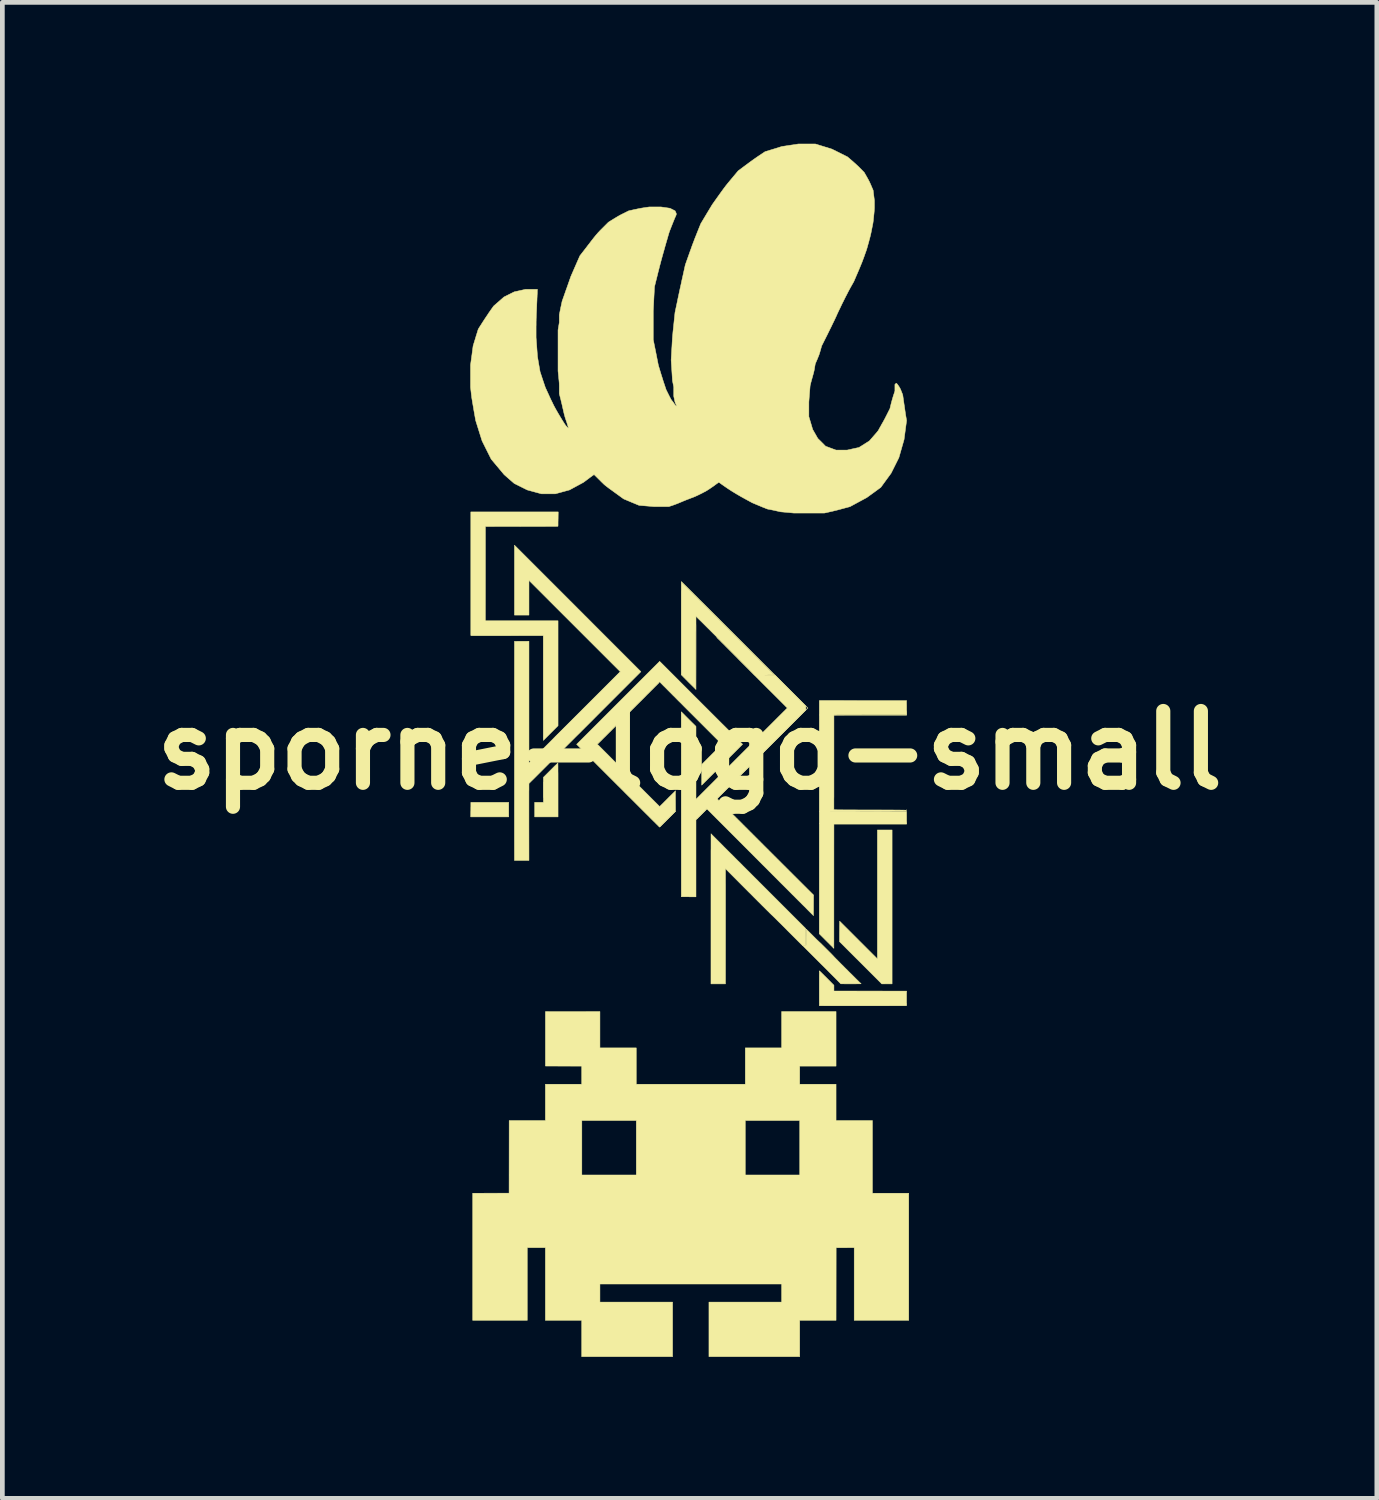
<source format=kicad_pcb>
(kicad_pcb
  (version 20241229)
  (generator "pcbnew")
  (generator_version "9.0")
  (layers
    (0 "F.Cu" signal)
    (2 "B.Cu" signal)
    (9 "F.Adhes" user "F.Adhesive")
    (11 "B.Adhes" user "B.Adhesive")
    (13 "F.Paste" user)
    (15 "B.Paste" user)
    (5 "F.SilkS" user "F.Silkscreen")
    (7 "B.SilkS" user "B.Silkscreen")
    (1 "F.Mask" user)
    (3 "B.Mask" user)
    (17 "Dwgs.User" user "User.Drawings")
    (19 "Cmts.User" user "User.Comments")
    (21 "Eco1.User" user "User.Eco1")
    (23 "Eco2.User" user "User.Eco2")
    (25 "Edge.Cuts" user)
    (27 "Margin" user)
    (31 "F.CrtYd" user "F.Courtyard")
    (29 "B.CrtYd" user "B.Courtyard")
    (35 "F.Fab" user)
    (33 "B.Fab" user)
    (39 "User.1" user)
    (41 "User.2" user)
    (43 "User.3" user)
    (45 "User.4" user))
  (footprint "sporne-logo-small"
    (layer "F.Cu")
    (at 11.582 12.871)
    (property "Reference" "sporne-logo-small" (at 0 0 0) (layer "F.SilkS") (effects (font (size 1.524 1.524) (thickness 0.3))))
    (attr through_hole)
    (fp_poly (pts (xy 0.587 1.027) (xy 0.585 1.028) (xy 0.584 1.027) (xy 0.585 1.025) (xy 0.587 1.027)) (stroke (width 0.01) (type solid)) (fill yes) (layer "F.SilkS"))
    (fp_poly (pts (xy 4.607 1.26) (xy 4.608 1.266) (xy 4.607 1.268) (xy 4.606 1.268) (xy 4.606 1.264) (xy 4.606 1.26) (xy 4.607 1.26)) (stroke (width 0.01) (type solid)) (fill yes) (layer "F.SilkS"))
    (fp_poly (pts (xy -3.837 1.412) (xy -4.645 1.412) (xy -4.643 1.296) (xy -4.642 1.269) (xy -4.642 1.241) (xy -4.642 1.215) (xy -4.641 1.191) (xy -4.641 1.17) (xy -4.641 1.153) (xy -4.641 1.142) (xy -4.641 1.104) (xy -3.837 1.104) (xy -3.837 1.412)) (stroke (width 0.01) (type solid)) (fill yes) (layer "F.SilkS"))
    (fp_poly (pts (xy 0.364 1.248) (xy 0.358 1.254) (xy 0.349 1.263) (xy 0.337 1.276) (xy 0.322 1.291) (xy 0.304 1.309) (xy 0.285 1.328) (xy 0.264 1.349) (xy 0.252 1.361) (xy 0.231 1.382) (xy 0.21 1.403) (xy 0.191 1.421) (xy 0.175 1.438) (xy 0.161 1.452) (xy 0.149 1.463) (xy 0.141 1.471) (xy 0.137 1.475) (xy 0.136 1.476) (xy 0.138 1.474) (xy 0.144 1.468) (xy 0.153 1.458) (xy 0.165 1.446) (xy 0.18 1.43) (xy 0.198 1.413) (xy 0.217 1.393) (xy 0.238 1.372) (xy 0.249 1.361) (xy 0.271 1.339) (xy 0.292 1.319) (xy 0.31 1.3) (xy 0.327 1.283) (xy 0.341 1.269) (xy 0.353 1.258) (xy 0.361 1.25) (xy 0.365 1.246) (xy 0.366 1.246) (xy 0.364 1.248)) (stroke (width 0.01) (type solid)) (fill yes) (layer "F.SilkS"))
    (fp_poly (pts (xy -1.902 6.314) (xy -1.131 6.314) (xy -1.131 7.085) (xy 1.182 7.085) (xy 1.182 6.314) (xy 1.953 6.314) (xy 1.953 5.543) (xy 3.108 5.543) (xy 3.108 6.701) (xy 2.337 6.701) (xy 2.337 7.085) (xy 3.108 7.085) (xy 3.108 7.856) (xy 3.88 7.856) (xy 3.88 9.398) (xy 4.651 9.398) (xy 4.651 12.095) (xy 3.493 12.095) (xy 3.493 10.553) (xy 3.301 10.554) (xy 3.11 10.555) (xy 3.109 11.325) (xy 3.108 12.095) (xy 2.337 12.095) (xy 2.337 12.866) (xy 0.411 12.866) (xy 0.411 11.708) (xy 1.953 11.708) (xy 1.953 11.324) (xy -1.902 11.324) (xy -1.902 11.708) (xy -0.36 11.708) (xy -0.36 12.866) (xy -2.289 12.866) (xy -2.289 12.095) (xy -3.06 12.095) (xy -3.06 10.553) (xy -3.444 10.553) (xy -3.444 12.095) (xy -4.602 12.095) (xy -4.602 9.398) (xy -4.216 9.397) (xy -3.83 9.396) (xy -3.829 8.626) (xy -3.828 7.856) (xy -3.06 7.856) (xy -2.286 7.856) (xy -2.286 9.011) (xy -1.131 9.011) (xy -1.131 7.856) (xy 1.182 7.856) (xy 1.182 9.011) (xy 2.337 9.011) (xy 2.337 7.856) (xy 1.182 7.856) (xy -1.131 7.856) (xy -2.286 7.856) (xy -3.06 7.856) (xy -3.06 7.085) (xy -2.289 7.085) (xy -2.289 6.701) (xy -2.674 6.7) (xy -3.059 6.699) (xy -3.059 5.544) (xy -1.902 5.543) (xy -1.902 6.314)) (stroke (width 0.01) (type solid)) (fill yes) (layer "F.SilkS"))
    (fp_poly (pts (xy -2.794 0.267) (xy -2.793 0.275) (xy -2.793 0.289) (xy -2.793 0.308) (xy -2.792 0.334) (xy -2.792 0.364) (xy -2.792 0.401) (xy -2.792 0.444) (xy -2.791 0.492) (xy -2.791 0.546) (xy -2.791 0.606) (xy -2.791 0.672) (xy -2.791 0.744) (xy -2.791 0.822) (xy -2.791 0.837) (xy -2.791 1.412) (xy -3.287 1.412) (xy -3.287 1.104) (xy -3.102 1.104) (xy -3.102 0.838) (xy -3.098 0.838) (xy -3.098 0.874) (xy -3.098 0.906) (xy -3.098 0.934) (xy -3.098 0.957) (xy -3.098 0.976) (xy -3.098 0.99) (xy -3.098 0.999) (xy -3.098 1.003) (xy -3.097 1.001) (xy -3.097 0.994) (xy -3.097 0.981) (xy -3.097 0.971) (xy -3.097 0.936) (xy -3.097 0.897) (xy -3.097 0.855) (xy -3.097 0.812) (xy -3.097 0.771) (xy -3.097 0.732) (xy -3.097 0.704) (xy -3.097 0.688) (xy -3.097 0.677) (xy -3.097 0.673) (xy -3.098 0.674) (xy -3.098 0.68) (xy -3.098 0.691) (xy -3.098 0.707) (xy -3.098 0.728) (xy -3.098 0.754) (xy -3.098 0.784) (xy -3.098 0.818) (xy -3.098 0.838) (xy -3.102 0.838) (xy -3.102 0.573) (xy -2.95 0.421) (xy -2.925 0.396) (xy -2.901 0.372) (xy -2.879 0.35) (xy -2.859 0.33) (xy -2.84 0.313) (xy -2.825 0.298) (xy -2.812 0.286) (xy -2.803 0.277) (xy -2.797 0.272) (xy -2.796 0.271) (xy -2.794 0.272) (xy -2.795 0.27) (xy -2.795 0.266) (xy -2.794 0.265) (xy -2.794 0.267)) (stroke (width 0.01) (type solid)) (fill yes) (layer "F.SilkS"))
    (fp_poly (pts (xy -1.515 0.748) (xy -1.454 0.809) (xy -1.394 0.869) (xy -1.335 0.927) (xy -1.278 0.985) (xy -1.222 1.041) (xy -1.168 1.095) (xy -1.115 1.147) (xy -1.065 1.198) (xy -1.016 1.246) (xy -0.97 1.292) (xy -0.926 1.336) (xy -0.885 1.378) (xy -0.846 1.416) (xy -0.81 1.452) (xy -0.777 1.485) (xy -0.748 1.515) (xy -0.721 1.542) (xy -0.697 1.565) (xy -0.678 1.585) (xy -0.661 1.601) (xy -0.649 1.613) (xy -0.64 1.622) (xy -0.636 1.626) (xy -0.635 1.627) (xy -0.633 1.625) (xy -0.626 1.619) (xy -0.617 1.609) (xy -0.603 1.596) (xy -0.587 1.58) (xy -0.569 1.561) (xy -0.547 1.54) (xy -0.524 1.517) (xy -0.5 1.492) (xy -0.474 1.466) (xy -0.466 1.458) (xy -0.298 1.29) (xy -0.298 1.294) (xy -0.466 1.462) (xy -0.492 1.488) (xy -0.517 1.514) (xy -0.541 1.537) (xy -0.563 1.559) (xy -0.582 1.578) (xy -0.599 1.595) (xy -0.613 1.609) (xy -0.624 1.619) (xy -0.631 1.626) (xy -0.635 1.63) (xy -0.635 1.63) (xy -0.637 1.628) (xy -0.644 1.621) (xy -0.654 1.611) (xy -0.668 1.597) (xy -0.686 1.579) (xy -0.708 1.558) (xy -0.732 1.533) (xy -0.761 1.505) (xy -0.792 1.474) (xy -0.826 1.44) (xy -0.863 1.402) (xy -0.903 1.363) (xy -0.946 1.32) (xy -0.991 1.275) (xy -1.038 1.228) (xy -1.087 1.179) (xy -1.139 1.127) (xy -1.192 1.074) (xy -1.247 1.019) (xy -1.304 0.963) (xy -1.362 0.905) (xy -1.421 0.845) (xy -1.481 0.785) (xy -1.516 0.751) (xy -2.395 -0.129) (xy -2.393 -0.131) (xy -1.515 0.748)) (stroke (width 0.01) (type solid)) (fill yes) (layer "F.SilkS"))
    (fp_poly (pts (xy -0.64 -1.446) (xy -0.646 -1.44) (xy -0.656 -1.43) (xy -0.67 -1.416) (xy -0.687 -1.398) (xy -0.708 -1.377) (xy -0.733 -1.353) (xy -0.76 -1.326) (xy -0.79 -1.295) (xy -0.824 -1.262) (xy -0.859 -1.226) (xy -0.898 -1.188) (xy -0.938 -1.147) (xy -0.981 -1.104) (xy -1.026 -1.059) (xy -1.073 -1.012) (xy -1.121 -0.964) (xy -1.171 -0.914) (xy -1.222 -0.863) (xy -1.274 -0.811) (xy -1.296 -0.789) (xy -1.349 -0.736) (xy -1.4 -0.685) (xy -1.451 -0.634) (xy -1.5 -0.585) (xy -1.547 -0.538) (xy -1.593 -0.492) (xy -1.637 -0.449) (xy -1.678 -0.407) (xy -1.718 -0.368) (xy -1.755 -0.331) (xy -1.789 -0.296) (xy -1.821 -0.265) (xy -1.85 -0.236) (xy -1.875 -0.21) (xy -1.898 -0.188) (xy -1.917 -0.169) (xy -1.932 -0.154) (xy -1.944 -0.142) (xy -1.952 -0.134) (xy -1.956 -0.13) (xy -1.956 -0.13) (xy -1.954 -0.132) (xy -1.948 -0.138) (xy -1.938 -0.149) (xy -1.924 -0.162) (xy -1.907 -0.18) (xy -1.886 -0.201) (xy -1.862 -0.225) (xy -1.834 -0.253) (xy -1.804 -0.283) (xy -1.771 -0.317) (xy -1.735 -0.353) (xy -1.697 -0.391) (xy -1.656 -0.432) (xy -1.613 -0.474) (xy -1.568 -0.519) (xy -1.522 -0.566) (xy -1.474 -0.614) (xy -1.424 -0.664) (xy -1.373 -0.715) (xy -1.32 -0.768) (xy -1.299 -0.789) (xy -1.246 -0.842) (xy -1.194 -0.894) (xy -1.144 -0.944) (xy -1.095 -0.993) (xy -1.047 -1.041) (xy -1.002 -1.086) (xy -0.958 -1.13) (xy -0.916 -1.171) (xy -0.877 -1.211) (xy -0.84 -1.248) (xy -0.805 -1.282) (xy -0.774 -1.314) (xy -0.745 -1.342) (xy -0.719 -1.368) (xy -0.697 -1.39) (xy -0.678 -1.409) (xy -0.662 -1.425) (xy -0.65 -1.436) (xy -0.642 -1.444) (xy -0.638 -1.448) (xy -0.638 -1.448) (xy -0.64 -1.446)) (stroke (width 0.01) (type solid)) (fill yes) (layer "F.SilkS"))
    (fp_poly (pts (xy 4.297 4.956) (xy 4.078 4.956) (xy 4.073 4.951) (xy 4.117 4.951) (xy 4.119 4.951) (xy 4.126 4.951) (xy 4.138 4.952) (xy 4.154 4.952) (xy 4.175 4.952) (xy 4.185 4.952) (xy 4.208 4.952) (xy 4.226 4.952) (xy 4.24 4.951) (xy 4.249 4.951) (xy 4.253 4.951) (xy 4.252 4.951) (xy 4.245 4.951) (xy 4.24 4.951) (xy 4.217 4.95) (xy 4.19 4.95) (xy 4.163 4.95) (xy 4.138 4.951) (xy 4.13 4.951) (xy 4.12 4.951) (xy 4.117 4.951) (xy 4.073 4.951) (xy 3.184 4.062) (xy 3.184 3.63) (xy 3.187 3.63) (xy 3.189 4.066) (xy 3.189 3.853) (xy 3.19 3.818) (xy 3.19 3.784) (xy 3.19 3.753) (xy 3.19 3.725) (xy 3.191 3.7) (xy 3.191 3.679) (xy 3.191 3.662) (xy 3.192 3.649) (xy 3.192 3.642) (xy 3.192 3.641) (xy 3.195 3.643) (xy 3.201 3.649) (xy 3.211 3.659) (xy 3.225 3.673) (xy 3.243 3.69) (xy 3.263 3.71) (xy 3.286 3.733) (xy 3.313 3.759) (xy 3.342 3.788) (xy 3.373 3.819) (xy 3.406 3.852) (xy 3.441 3.887) (xy 3.478 3.924) (xy 3.516 3.962) (xy 3.556 4.002) (xy 3.579 4.025) (xy 3.619 4.065) (xy 3.658 4.104) (xy 3.696 4.142) (xy 3.732 4.178) (xy 3.766 4.212) (xy 3.798 4.244) (xy 3.828 4.274) (xy 3.856 4.302) (xy 3.881 4.327) (xy 3.903 4.349) (xy 3.922 4.367) (xy 3.938 4.383) (xy 3.95 4.395) (xy 3.958 4.404) (xy 3.963 4.408) (xy 3.963 4.409) (xy 3.964 4.408) (xy 3.962 4.406) (xy 3.956 4.4) (xy 3.946 4.389) (xy 3.932 4.376) (xy 3.915 4.359) (xy 3.895 4.338) (xy 3.872 4.315) (xy 3.845 4.289) (xy 3.817 4.26) (xy 3.786 4.229) (xy 3.753 4.196) (xy 3.717 4.16) (xy 3.681 4.124) (xy 3.642 4.085) (xy 3.603 4.045) (xy 3.576 4.019) (xy 3.187 3.63) (xy 3.184 3.63) (xy 3.184 3.624) (xy 3.585 4.025) (xy 3.985 4.425) (xy 3.985 1.69) (xy 4.297 1.69) (xy 4.297 4.956)) (stroke (width 0.01) (type solid)) (fill yes) (layer "F.SilkS"))
    (fp_poly (pts (xy -2.789 -4.952) (xy -2.789 -4.925) (xy -2.79 -4.897) (xy -2.79 -4.87) (xy -2.791 -4.845) (xy -2.791 -4.823) (xy -2.791 -4.805) (xy -2.791 -4.797) (xy -2.791 -4.777) (xy -2.792 -4.763) (xy -2.793 -4.755) (xy -2.794 -4.753) (xy -2.794 -4.753) (xy -2.796 -4.756) (xy -2.797 -4.754) (xy -2.798 -4.754) (xy -2.801 -4.753) (xy -2.807 -4.753) (xy -2.816 -4.753) (xy -2.827 -4.752) (xy -2.841 -4.752) (xy -2.859 -4.752) (xy -2.88 -4.752) (xy -2.904 -4.751) (xy -2.932 -4.751) (xy -2.965 -4.751) (xy -3.001 -4.751) (xy -3.042 -4.751) (xy -3.087 -4.75) (xy -3.137 -4.75) (xy -3.191 -4.75) (xy -3.251 -4.75) (xy -3.316 -4.75) (xy -3.387 -4.75) (xy -3.463 -4.75) (xy -3.545 -4.75) (xy -3.564 -4.75) (xy -4.332 -4.749) (xy -4.332 -3.749) (xy -4.333 -2.749) (xy -2.791 -2.749) (xy -2.791 -0.522) (xy -2.947 -0.366) (xy -3.102 -0.21) (xy -3.102 -2.437) (xy -4.642 -2.437) (xy -4.642 -2.442) (xy -4.64 -2.442) (xy -3.87 -2.441) (xy -3.099 -2.44) (xy -3.099 -1.329) (xy -3.099 -1.247) (xy -3.099 -1.167) (xy -3.099 -1.089) (xy -3.099 -1.013) (xy -3.099 -0.939) (xy -3.099 -0.867) (xy -3.099 -0.798) (xy -3.099 -0.731) (xy -3.099 -0.668) (xy -3.099 -0.608) (xy -3.099 -0.552) (xy -3.099 -0.499) (xy -3.099 -0.45) (xy -3.099 -0.405) (xy -3.099 -0.364) (xy -3.099 -0.328) (xy -3.098 -0.297) (xy -3.098 -0.27) (xy -3.098 -0.249) (xy -3.098 -0.233) (xy -3.098 -0.223) (xy -3.098 -0.218) (xy -3.098 -0.218) (xy -3.098 -0.221) (xy -3.098 -0.23) (xy -3.098 -0.244) (xy -3.097 -0.264) (xy -3.097 -0.289) (xy -3.097 -0.319) (xy -3.097 -0.354) (xy -3.097 -0.393) (xy -3.097 -0.437) (xy -3.097 -0.485) (xy -3.097 -0.537) (xy -3.097 -0.592) (xy -3.097 -0.651) (xy -3.097 -0.714) (xy -3.097 -0.779) (xy -3.097 -0.848) (xy -3.096 -0.919) (xy -3.096 -0.992) (xy -3.096 -1.068) (xy -3.096 -1.146) (xy -3.096 -1.225) (xy -3.096 -1.307) (xy -3.096 -1.33) (xy -3.096 -2.443) (xy -3.868 -2.442) (xy -4.64 -2.442) (xy -4.642 -2.442) (xy -4.642 -2.744) (xy -2.797 -2.744) (xy -2.796 -2.743) (xy -2.794 -2.744) (xy -2.796 -2.746) (xy -2.797 -2.744) (xy -4.642 -2.744) (xy -4.642 -5.059) (xy -2.787 -5.059) (xy -2.789 -4.952)) (stroke (width 0.01) (type solid)) (fill yes) (layer "F.SilkS"))
    (fp_poly (pts (xy -2.374 -3.011) (xy -1.033 -1.669) (xy -2.219 -0.482) (xy -2.29 -0.411) (xy -2.36 -0.341) (xy -2.429 -0.273) (xy -2.497 -0.205) (xy -2.563 -0.139) (xy -2.627 -0.075) (xy -2.69 -0.012) (xy -2.751 0.049) (xy -2.81 0.108) (xy -2.867 0.165) (xy -2.922 0.22) (xy -2.975 0.272) (xy -3.025 0.322) (xy -3.073 0.37) (xy -3.118 0.415) (xy -3.16 0.457) (xy -3.199 0.496) (xy -3.236 0.533) (xy -3.269 0.566) (xy -3.299 0.596) (xy -3.325 0.622) (xy -3.349 0.645) (xy -3.368 0.664) (xy -3.384 0.68) (xy -3.396 0.692) (xy -3.404 0.699) (xy -3.407 0.703) (xy -3.408 0.703) (xy -3.408 0.706) (xy -3.408 0.715) (xy -3.408 0.729) (xy -3.408 0.749) (xy -3.408 0.773) (xy -3.408 0.803) (xy -3.408 0.837) (xy -3.409 0.875) (xy -3.409 0.917) (xy -3.409 0.964) (xy -3.409 1.014) (xy -3.409 1.067) (xy -3.409 1.123) (xy -3.409 1.182) (xy -3.409 1.244) (xy -3.409 1.308) (xy -3.409 1.374) (xy -3.409 1.442) (xy -3.409 1.512) (xy -3.409 1.52) (xy -3.408 2.337) (xy -3.716 2.337) (xy -3.717 1.842) (xy -3.717 1.81) (xy -3.717 1.772) (xy -3.717 1.728) (xy -3.717 1.678) (xy -3.717 1.624) (xy -3.717 1.565) (xy -3.717 1.501) (xy -3.717 1.432) (xy -3.717 1.36) (xy -3.717 1.283) (xy -3.717 1.203) (xy -3.717 1.119) (xy -3.717 1.032) (xy -3.717 0.942) (xy -3.717 0.849) (xy -3.717 0.753) (xy -3.717 0.655) (xy -3.717 0.555) (xy -3.717 0.453) (xy -3.717 0.349) (xy -3.717 0.244) (xy -3.717 0.137) (xy -3.717 0.03) (xy -3.717 -0.078) (xy -3.717 -0.187) (xy -3.717 -0.296) (xy -3.717 -0.405) (xy -3.717 -0.483) (xy -3.716 -2.313) (xy -3.408 -2.315) (xy -3.408 0.268) (xy -2.861 -0.28) (xy -2.856 -0.28) (xy -2.842 -0.293) (xy -2.834 -0.3) (xy -2.829 -0.305) (xy -2.827 -0.308) (xy -2.828 -0.308) (xy -2.831 -0.306) (xy -2.836 -0.301) (xy -2.843 -0.294) (xy -2.856 -0.28) (xy -2.861 -0.28) (xy -2.439 -0.701) (xy -1.471 -1.669) (xy -2.985 -3.183) (xy -2.98 -3.183) (xy -1.468 -1.669) (xy -2.144 -0.993) (xy -2.82 -0.316) (xy -2.142 -0.993) (xy -1.465 -1.669) (xy -2.223 -2.426) (xy -2.98 -3.183) (xy -2.985 -3.183) (xy -3.408 -3.606) (xy -3.408 -2.87) (xy -3.716 -2.87) (xy -3.716 -4.353) (xy -2.374 -3.011)) (stroke (width 0.01) (type solid)) (fill yes) (layer "F.SilkS"))
    (fp_poly (pts (xy 2.478 3.797) (xy 2.485 3.803) (xy 2.495 3.813) (xy 2.508 3.825) (xy 2.524 3.841) (xy 2.542 3.859) (xy 2.562 3.879) (xy 2.584 3.901) (xy 2.608 3.925) (xy 2.614 3.931) (xy 2.638 3.955) (xy 2.66 3.977) (xy 2.681 3.998) (xy 2.7 4.017) (xy 2.717 4.033) (xy 2.731 4.046) (xy 2.742 4.057) (xy 2.749 4.064) (xy 2.753 4.067) (xy 2.753 4.067) (xy 2.756 4.069) (xy 2.762 4.075) (xy 2.772 4.085) (xy 2.785 4.097) (xy 2.801 4.112) (xy 2.818 4.13) (xy 2.838 4.149) (xy 2.858 4.169) (xy 2.88 4.191) (xy 2.902 4.213) (xy 2.925 4.236) (xy 2.947 4.258) (xy 2.968 4.279) (xy 2.988 4.299) (xy 3.007 4.318) (xy 3.023 4.335) (xy 3.038 4.35) (xy 3.049 4.362) (xy 3.058 4.371) (xy 3.062 4.376) (xy 3.063 4.377) (xy 3.065 4.379) (xy 3.071 4.386) (xy 3.081 4.396) (xy 3.094 4.409) (xy 3.11 4.426) (xy 3.13 4.445) (xy 3.151 4.467) (xy 3.175 4.491) (xy 3.2 4.517) (xy 3.227 4.544) (xy 3.256 4.572) (xy 3.285 4.602) (xy 3.315 4.632) (xy 3.346 4.662) (xy 3.376 4.693) (xy 3.406 4.723) (xy 3.436 4.752) (xy 3.465 4.781) (xy 3.493 4.809) (xy 3.519 4.835) (xy 3.543 4.859) (xy 3.566 4.881) (xy 3.586 4.901) (xy 3.603 4.918) (xy 3.618 4.932) (xy 3.629 4.943) (xy 3.637 4.95) (xy 3.64 4.954) (xy 3.641 4.954) (xy 3.638 4.954) (xy 3.631 4.954) (xy 3.618 4.955) (xy 3.6 4.955) (xy 3.578 4.955) (xy 3.553 4.955) (xy 3.524 4.956) (xy 3.493 4.956) (xy 3.459 4.956) (xy 3.425 4.956) (xy 3.389 4.956) (xy 3.355 4.956) (xy 3.323 4.956) (xy 3.294 4.956) (xy 3.269 4.955) (xy 3.247 4.955) (xy 3.229 4.955) (xy 3.216 4.955) (xy 3.209 4.954) (xy 3.206 4.954) (xy 3.204 4.952) (xy 3.199 4.945) (xy 3.189 4.935) (xy 3.175 4.921) (xy 3.158 4.904) (xy 3.138 4.883) (xy 3.115 4.86) (xy 3.089 4.833) (xy 3.06 4.804) (xy 3.029 4.773) (xy 2.995 4.739) (xy 2.96 4.704) (xy 2.923 4.666) (xy 2.884 4.627) (xy 2.844 4.587) (xy 2.802 4.546) (xy 2.799 4.543) (xy 2.39 4.134) (xy 2.473 4.134) (xy 2.473 3.964) (xy 2.474 3.933) (xy 2.474 3.903) (xy 2.474 3.876) (xy 2.474 3.852) (xy 2.474 3.832) (xy 2.475 3.815) (xy 2.475 3.803) (xy 2.475 3.796) (xy 2.476 3.795) (xy 2.478 3.797)) (stroke (width 0.01) (type solid)) (fill yes) (layer "F.SilkS"))
    (fp_poly (pts (xy 0.245 -1.008) (xy 1.125 -0.129) (xy 0.691 0.305) (xy 0.257 0.739) (xy 0.257 0.301) (xy 0.686 -0.129) (xy 0.025 -0.79) (xy -0.028 -0.843) (xy -0.08 -0.895) (xy -0.13 -0.945) (xy -0.179 -0.995) (xy -0.227 -1.042) (xy -0.273 -1.088) (xy -0.316 -1.132) (xy -0.358 -1.173) (xy -0.397 -1.213) (xy -0.434 -1.25) (xy -0.469 -1.285) (xy -0.5 -1.317) (xy -0.529 -1.346) (xy -0.555 -1.371) (xy -0.577 -1.394) (xy -0.596 -1.413) (xy -0.612 -1.429) (xy -0.623 -1.441) (xy -0.631 -1.449) (xy -0.635 -1.453) (xy -0.635 -1.454) (xy -0.637 -1.452) (xy -0.643 -1.446) (xy -0.653 -1.436) (xy -0.667 -1.422) (xy -0.685 -1.405) (xy -0.706 -1.384) (xy -0.73 -1.36) (xy -0.757 -1.332) (xy -0.788 -1.302) (xy -0.821 -1.269) (xy -0.857 -1.233) (xy -0.895 -1.195) (xy -0.936 -1.154) (xy -0.979 -1.111) (xy -1.023 -1.067) (xy -1.07 -1.02) (xy -1.119 -0.972) (xy -1.168 -0.922) (xy -1.22 -0.871) (xy -1.272 -0.818) (xy -1.297 -0.794) (xy -1.959 -0.132) (xy -1.297 0.531) (xy -0.635 1.193) (xy -0.465 1.024) (xy -0.439 0.997) (xy -0.413 0.972) (xy -0.39 0.949) (xy -0.368 0.927) (xy -0.349 0.908) (xy -0.332 0.892) (xy -0.319 0.878) (xy -0.308 0.868) (xy -0.301 0.861) (xy -0.298 0.858) (xy -0.298 0.858) (xy -0.299 0.862) (xy -0.299 0.871) (xy -0.299 0.887) (xy -0.3 0.908) (xy -0.3 0.934) (xy -0.3 0.966) (xy -0.3 1.003) (xy -0.3 1.045) (xy -0.299 1.078) (xy -0.298 1.29) (xy -0.635 1.625) (xy -1.514 0.747) (xy -2.393 -0.131) (xy -0.638 -1.885) (xy -0.637 -1.885) (xy 0.241 -1.007) (xy 1.119 -0.129) (xy 0.689 0.302) (xy 0.646 0.344) (xy 0.605 0.386) (xy 0.565 0.426) (xy 0.526 0.464) (xy 0.49 0.501) (xy 0.455 0.536) (xy 0.422 0.568) (xy 0.392 0.598) (xy 0.365 0.626) (xy 0.34 0.651) (xy 0.318 0.673) (xy 0.299 0.692) (xy 0.284 0.707) (xy 0.272 0.719) (xy 0.264 0.727) (xy 0.26 0.731) (xy 0.26 0.732) (xy 0.262 0.73) (xy 0.269 0.723) (xy 0.279 0.713) (xy 0.293 0.7) (xy 0.31 0.682) (xy 0.331 0.662) (xy 0.354 0.638) (xy 0.381 0.612) (xy 0.41 0.583) (xy 0.442 0.552) (xy 0.475 0.518) (xy 0.511 0.482) (xy 0.549 0.444) (xy 0.588 0.405) (xy 0.629 0.364) (xy 0.671 0.322) (xy 0.692 0.302) (xy 1.122 -0.129) (xy 0.243 -1.007) (xy -0.637 -1.885) (xy -0.638 -1.885) (xy -0.635 -1.888) (xy 0.245 -1.008)) (stroke (width 0.01) (type solid)) (fill yes) (layer "F.SilkS"))
    (fp_poly (pts (xy 2.756 4.68) (xy 2.763 4.686) (xy 2.773 4.696) (xy 2.786 4.708) (xy 2.802 4.724) (xy 2.821 4.743) (xy 2.842 4.763) (xy 2.864 4.786) (xy 2.889 4.81) (xy 2.91 4.831) (xy 3.063 4.985) (xy 3.063 5.107) (xy 3.835 5.108) (xy 4.607 5.109) (xy 4.607 5.116) (xy 4.608 5.121) (xy 4.607 5.121) (xy 4.606 5.117) (xy 4.605 5.118) (xy 4.605 5.125) (xy 4.605 5.138) (xy 4.604 5.154) (xy 4.604 5.174) (xy 4.604 5.198) (xy 4.604 5.225) (xy 4.604 5.254) (xy 4.604 5.264) (xy 4.604 5.417) (xy 3.68 5.418) (xy 3.605 5.418) (xy 3.533 5.418) (xy 3.462 5.418) (xy 3.393 5.418) (xy 3.326 5.418) (xy 3.262 5.418) (xy 3.2 5.418) (xy 3.141 5.418) (xy 3.086 5.418) (xy 3.034 5.418) (xy 2.986 5.418) (xy 2.941 5.418) (xy 2.901 5.418) (xy 2.865 5.418) (xy 2.834 5.417) (xy 2.807 5.417) (xy 2.786 5.417) (xy 2.77 5.417) (xy 2.759 5.417) (xy 2.754 5.417) (xy 2.754 5.417) (xy 2.753 5.413) (xy 2.753 5.405) (xy 4.598 5.405) (xy 4.599 5.413) (xy 4.6 5.416) (xy 4.6 5.416) (xy 4.601 5.413) (xy 4.602 5.405) (xy 4.602 5.394) (xy 4.602 5.386) (xy 4.601 5.373) (xy 4.601 5.367) (xy 4.6 5.366) (xy 4.6 5.371) (xy 4.599 5.382) (xy 4.599 5.395) (xy 4.598 5.405) (xy 2.753 5.405) (xy 2.753 5.405) (xy 2.753 5.391) (xy 2.753 5.372) (xy 2.752 5.349) (xy 2.752 5.322) (xy 2.752 5.292) (xy 2.752 5.259) (xy 2.752 5.224) (xy 2.752 5.187) (xy 2.752 5.148) (xy 2.752 5.108) (xy 2.752 5.067) (xy 2.752 5.026) (xy 2.752 4.986) (xy 2.752 4.946) (xy 2.752 4.907) (xy 2.752 4.869) (xy 2.752 4.834) (xy 2.752 4.801) (xy 2.752 4.771) (xy 2.753 4.745) (xy 2.753 4.722) (xy 2.753 4.703) (xy 2.753 4.69) (xy 2.754 4.681) (xy 2.754 4.68) (xy 2.906 4.833) (xy 2.935 4.862) (xy 2.961 4.888) (xy 2.983 4.91) (xy 3.001 4.928) (xy 3.016 4.943) (xy 3.029 4.956) (xy 3.038 4.966) (xy 3.046 4.973) (xy 3.052 4.979) (xy 3.056 4.982) (xy 3.058 4.984) (xy 3.059 4.986) (xy 3.06 4.986) (xy 3.06 4.985) (xy 3.058 4.983) (xy 3.052 4.977) (xy 3.042 4.967) (xy 3.029 4.954) (xy 3.014 4.939) (xy 2.995 4.92) (xy 2.974 4.9) (xy 2.952 4.877) (xy 2.928 4.853) (xy 2.907 4.832) (xy 2.754 4.68) (xy 2.754 4.678) (xy 2.754 4.678) (xy 2.756 4.68)) (stroke (width 0.01) (type solid)) (fill yes) (layer "F.SilkS"))
    (fp_poly (pts (xy 0.458 1.773) (xy 0.464 1.779) (xy 0.474 1.79) (xy 0.488 1.804) (xy 0.506 1.822) (xy 0.528 1.844) (xy 0.553 1.869) (xy 0.582 1.898) (xy 0.613 1.929) (xy 0.648 1.964) (xy 0.686 2.002) (xy 0.726 2.043) (xy 0.769 2.086) (xy 0.815 2.132) (xy 0.863 2.18) (xy 0.914 2.23) (xy 0.966 2.283) (xy 1.021 2.338) (xy 1.078 2.394) (xy 1.136 2.453) (xy 1.196 2.513) (xy 1.258 2.574) (xy 1.32 2.637) (xy 1.384 2.701) (xy 1.45 2.766) (xy 1.462 2.779) (xy 2.467 3.784) (xy 2.467 4.131) (xy 2.384 4.131) (xy 2.068 3.815) (xy 2.032 3.778) (xy 1.997 3.743) (xy 1.963 3.709) (xy 1.931 3.677) (xy 1.9 3.647) (xy 1.872 3.619) (xy 1.846 3.593) (xy 1.823 3.57) (xy 1.803 3.55) (xy 1.785 3.533) (xy 1.771 3.519) (xy 1.76 3.509) (xy 1.754 3.503) (xy 1.751 3.5) (xy 1.751 3.5) (xy 1.749 3.498) (xy 1.742 3.492) (xy 1.732 3.482) (xy 1.718 3.468) (xy 1.7 3.451) (xy 1.68 3.43) (xy 1.656 3.407) (xy 1.629 3.38) (xy 1.599 3.35) (xy 1.567 3.318) (xy 1.532 3.284) (xy 1.496 3.247) (xy 1.457 3.209) (xy 1.416 3.168) (xy 1.374 3.126) (xy 1.331 3.082) (xy 1.286 3.037) (xy 1.256 3.008) (xy 0.764 2.514) (xy 1.258 3.007) (xy 1.752 3.5) (xy 1.256 3.003) (xy 1.211 2.958) (xy 1.166 2.913) (xy 1.123 2.87) (xy 1.081 2.828) (xy 1.041 2.788) (xy 1.003 2.749) (xy 0.967 2.713) (xy 0.933 2.679) (xy 0.901 2.648) (xy 0.872 2.619) (xy 0.846 2.593) (xy 0.823 2.57) (xy 0.804 2.551) (xy 0.787 2.534) (xy 0.774 2.522) (xy 0.765 2.513) (xy 0.76 2.508) (xy 0.759 2.507) (xy 0.76 2.508) (xy 0.761 2.51) (xy 0.761 2.513) (xy 0.761 2.522) (xy 0.761 2.537) (xy 0.762 2.558) (xy 0.762 2.585) (xy 0.762 2.617) (xy 0.762 2.655) (xy 0.762 2.698) (xy 0.762 2.746) (xy 0.762 2.8) (xy 0.763 2.859) (xy 0.763 2.923) (xy 0.763 2.992) (xy 0.763 3.066) (xy 0.763 3.145) (xy 0.763 3.228) (xy 0.763 3.317) (xy 0.763 3.409) (xy 0.763 3.507) (xy 0.763 3.608) (xy 0.763 3.714) (xy 0.763 3.734) (xy 0.762 4.956) (xy 0.454 4.956) (xy 0.454 3.362) (xy 0.454 3.264) (xy 0.454 3.168) (xy 0.454 3.073) (xy 0.454 2.98) (xy 0.454 2.889) (xy 0.454 2.801) (xy 0.454 2.715) (xy 0.454 2.631) (xy 0.454 2.551) (xy 0.454 2.473) (xy 0.454 2.398) (xy 0.454 2.327) (xy 0.454 2.259) (xy 0.454 2.195) (xy 0.454 2.134) (xy 0.455 2.078) (xy 0.455 2.026) (xy 0.455 1.978) (xy 0.455 1.934) (xy 0.455 1.896) (xy 0.455 1.862) (xy 0.455 1.833) (xy 0.455 1.809) (xy 0.455 1.791) (xy 0.455 1.779) (xy 0.455 1.772) (xy 0.455 1.77) (xy 0.458 1.773)) (stroke (width 0.01) (type solid)) (fill yes) (layer "F.SilkS"))
    (fp_poly (pts (xy 4.607 -1.047) (xy 4.607 -1.043) (xy 4.607 -1.044) (xy 4.606 -1.046) (xy 4.605 -1.052) (xy 3.679 -1.052) (xy 2.753 -1.051) (xy 3.677 -1.05) (xy 4.601 -1.049) (xy 4.603 -1.022) (xy 4.604 -1.012) (xy 4.604 -0.998) (xy 4.604 -0.979) (xy 4.605 -0.957) (xy 4.605 -0.932) (xy 4.605 -0.905) (xy 4.605 -0.877) (xy 4.605 -0.869) (xy 4.605 -0.744) (xy 3.063 -0.744) (xy 3.063 0.255) (xy 3.063 0.333) (xy 3.063 0.409) (xy 3.063 0.483) (xy 3.063 0.555) (xy 3.063 0.625) (xy 3.063 0.692) (xy 3.063 0.757) (xy 3.063 0.819) (xy 3.063 0.878) (xy 3.063 0.933) (xy 3.063 0.985) (xy 3.062 1.033) (xy 3.062 1.077) (xy 3.062 1.117) (xy 3.062 1.152) (xy 3.062 1.183) (xy 3.062 1.209) (xy 3.062 1.23) (xy 3.062 1.245) (xy 3.062 1.255) (xy 3.061 1.259) (xy 3.061 1.259) (xy 3.062 1.259) (xy 3.063 1.26) (xy 3.066 1.26) (xy 3.07 1.261) (xy 3.075 1.261) (xy 3.083 1.261) (xy 3.093 1.262) (xy 3.105 1.262) (xy 3.12 1.262) (xy 3.138 1.263) (xy 3.158 1.263) (xy 3.182 1.263) (xy 3.209 1.263) (xy 3.24 1.263) (xy 3.275 1.264) (xy 3.314 1.264) (xy 3.357 1.264) (xy 3.405 1.264) (xy 3.457 1.264) (xy 3.514 1.264) (xy 3.577 1.265) (xy 3.644 1.265) (xy 3.718 1.265) (xy 3.797 1.265) (xy 3.809 1.265) (xy 3.891 1.265) (xy 3.967 1.265) (xy 4.038 1.265) (xy 4.103 1.266) (xy 4.163 1.266) (xy 4.218 1.266) (xy 4.269 1.266) (xy 4.314 1.266) (xy 4.356 1.267) (xy 4.393 1.267) (xy 4.426 1.267) (xy 4.456 1.267) (xy 4.482 1.268) (xy 4.505 1.268) (xy 4.525 1.268) (xy 4.542 1.269) (xy 4.556 1.269) (xy 4.568 1.27) (xy 4.578 1.27) (xy 4.586 1.271) (xy 4.592 1.272) (xy 4.596 1.272) (xy 4.599 1.273) (xy 4.601 1.274) (xy 4.601 1.274) (xy 4.602 1.277) (xy 4.597 1.28) (xy 4.586 1.283) (xy 4.57 1.285) (xy 4.564 1.286) (xy 4.558 1.286) (xy 4.545 1.286) (xy 4.527 1.287) (xy 4.503 1.287) (xy 4.473 1.287) (xy 4.438 1.288) (xy 4.397 1.288) (xy 4.352 1.288) (xy 4.301 1.288) (xy 4.244 1.289) (xy 4.183 1.289) (xy 4.117 1.289) (xy 4.046 1.29) (xy 3.971 1.29) (xy 3.891 1.29) (xy 3.806 1.29) (xy 3.717 1.29) (xy 3.642 1.291) (xy 2.753 1.293) (xy 3.678 1.294) (xy 4.604 1.296) (xy 4.605 1.431) (xy 4.605 1.566) (xy 3.063 1.566) (xy 3.062 2.885) (xy 3.062 4.203) (xy 2.752 3.893) (xy 2.752 3.89) (xy 2.753 3.89) (xy 2.906 4.044) (xy 2.931 4.069) (xy 2.955 4.093) (xy 2.977 4.115) (xy 2.997 4.135) (xy 3.015 4.153) (xy 3.031 4.169) (xy 3.043 4.181) (xy 3.052 4.19) (xy 3.058 4.196) (xy 3.059 4.197) (xy 3.059 4.194) (xy 3.06 4.186) (xy 3.06 4.173) (xy 3.06 4.156) (xy 3.06 4.137) (xy 3.059 4.114) (xy 3.059 4.103) (xy 3.059 4.008) (xy 3.058 4.1) (xy 3.057 4.192) (xy 2.753 3.89) (xy 2.752 3.89) (xy 2.752 1.553) (xy 4.598 1.553) (xy 4.599 1.56) (xy 4.6 1.563) (xy 4.6 1.563) (xy 4.601 1.561) (xy 4.602 1.553) (xy 4.602 1.542) (xy 4.602 1.534) (xy 4.601 1.521) (xy 4.601 1.514) (xy 4.6 1.514) (xy 4.6 1.519) (xy 4.599 1.53) (xy 4.599 1.543) (xy 4.598 1.553) (xy 2.752 1.553) (xy 2.752 1.42) (xy 2.753 -0.75) (xy 3.06 -0.75) (xy 3.063 -0.75) (xy 3.072 -0.749) (xy 3.087 -0.749) (xy 3.108 -0.749) (xy 3.135 -0.748) (xy 3.168 -0.748) (xy 3.208 -0.748) (xy 3.252 -0.748) (xy 3.303 -0.747) (xy 3.36 -0.747) (xy 3.423 -0.747) (xy 3.492 -0.747) (xy 3.566 -0.747) (xy 3.647 -0.747) (xy 3.733 -0.747) (xy 3.825 -0.747) (xy 4.602 -0.747) (xy 4.601 -0.839) (xy 4.599 -0.81) (xy 4.597 -0.796) (xy 4.596 -0.782) (xy 4.594 -0.771) (xy 4.594 -0.768) (xy 4.591 -0.754) (xy 3.826 -0.754) (xy 3.734 -0.754) (xy 3.648 -0.753) (xy 3.567 -0.753) (xy 3.493 -0.753) (xy 3.424 -0.753) (xy 3.361 -0.753) (xy 3.304 -0.753) (xy 3.253 -0.752) (xy 3.208 -0.752) (xy 3.169 -0.752) (xy 3.136 -0.752) (xy 3.109 -0.751) (xy 3.088 -0.751) (xy 3.072 -0.751) (xy 3.063 -0.75) (xy 3.06 -0.75) (xy 3.06 -0.75) (xy 2.753 -0.75) (xy 2.753 -1.054) (xy 4.607 -1.054) (xy 4.607 -1.047)) (stroke (width 0.01) (type solid)) (fill yes) (layer "F.SilkS"))
    (fp_poly (pts (xy -0.171 -3.578) (xy -0.164 -3.572) (xy -0.154 -3.561) (xy -0.14 -3.547) (xy -0.121 -3.529) (xy -0.1 -3.507) (xy -0.074 -3.482) (xy -0.045 -3.453) (xy -0.013 -3.421) (xy 0.023 -3.385) (xy 0.062 -3.347) (xy 0.103 -3.305) (xy 0.148 -3.261) (xy 0.195 -3.213) (xy 0.245 -3.163) (xy 0.298 -3.111) (xy 0.353 -3.056) (xy 0.411 -2.998) (xy 0.47 -2.939) (xy 0.532 -2.877) (xy 0.596 -2.814) (xy 0.661 -2.748) (xy 0.728 -2.681) (xy 0.797 -2.612) (xy 0.868 -2.541) (xy 0.94 -2.469) (xy 1.013 -2.396) (xy 1.087 -2.322) (xy 1.163 -2.246) (xy 1.17 -2.239) (xy 2.511 -0.898) (xy 0.585 1.027) (xy 1.527 0.083) (xy 2.467 -0.859) (xy 2.467 -0.857) (xy 2.488 -0.878) (xy 2.508 -0.898) (xy 1.168 -2.238) (xy -0.172 -3.579) (xy -0.172 -1.601) (xy 0.133 -1.296) (xy 0.132 -2.037) (xy 0.132 -2.101) (xy 0.132 -2.164) (xy 0.132 -2.223) (xy 0.132 -2.28) (xy 0.132 -2.334) (xy 0.132 -2.384) (xy 0.132 -2.431) (xy 0.132 -2.474) (xy 0.132 -2.513) (xy 0.131 -2.548) (xy 0.131 -2.579) (xy 0.131 -2.605) (xy 0.131 -2.627) (xy 0.131 -2.644) (xy 0.131 -2.655) (xy 0.13 -2.661) (xy 0.13 -2.662) (xy 0.13 -2.657) (xy 0.13 -2.652) (xy 0.13 -2.636) (xy 0.129 -2.615) (xy 0.129 -2.588) (xy 0.129 -2.556) (xy 0.129 -2.52) (xy 0.128 -2.479) (xy 0.128 -2.435) (xy 0.128 -2.387) (xy 0.127 -2.336) (xy 0.127 -2.282) (xy 0.127 -2.226) (xy 0.127 -2.168) (xy 0.126 -2.109) (xy 0.126 -2.048) (xy 0.126 -1.986) (xy 0.125 -1.924) (xy 0.125 -1.919) (xy 0.125 -1.859) (xy 0.125 -1.801) (xy 0.125 -1.744) (xy 0.124 -1.69) (xy 0.124 -1.638) (xy 0.124 -1.589) (xy 0.124 -1.543) (xy 0.123 -1.5) (xy 0.123 -1.461) (xy 0.123 -1.426) (xy 0.122 -1.395) (xy 0.122 -1.368) (xy 0.122 -1.347) (xy 0.122 -1.33) (xy 0.121 -1.319) (xy 0.121 -1.313) (xy 0.121 -1.312) (xy 0.119 -1.314) (xy 0.113 -1.32) (xy 0.103 -1.33) (xy 0.09 -1.343) (xy 0.074 -1.359) (xy 0.055 -1.377) (xy 0.035 -1.397) (xy 0.012 -1.42) (xy -0.012 -1.443) (xy -0.025 -1.457) (xy -0.169 -1.601) (xy -0.169 -3.567) (xy 0.812 -2.585) (xy 0.876 -2.521) (xy 0.94 -2.457) (xy 1.002 -2.395) (xy 1.063 -2.334) (xy 1.122 -2.275) (xy 1.18 -2.217) (xy 1.236 -2.161) (xy 1.29 -2.107) (xy 1.342 -2.054) (xy 1.392 -2.004) (xy 1.44 -1.957) (xy 1.485 -1.911) (xy 1.527 -1.868) (xy 1.567 -1.828) (xy 1.604 -1.791) (xy 1.639 -1.757) (xy 1.67 -1.725) (xy 1.697 -1.697) (xy 1.722 -1.672) (xy 1.743 -1.651) (xy 1.76 -1.634) (xy 1.774 -1.62) (xy 1.783 -1.61) (xy 1.789 -1.604) (xy 1.791 -1.602) (xy 1.787 -1.601) (xy 1.778 -1.601) (xy 1.765 -1.6) (xy 1.747 -1.6) (xy 1.726 -1.6) (xy 1.702 -1.599) (xy 1.675 -1.599) (xy 1.66 -1.599) (xy 1.532 -1.598) (xy 1.669 -1.597) (xy 1.807 -1.597) (xy 2.467 -0.936) (xy 2.467 -0.859) (xy 1.525 0.083) (xy 1.462 0.146) (xy 1.399 0.208) (xy 1.338 0.269) (xy 1.279 0.329) (xy 1.221 0.387) (xy 1.164 0.444) (xy 1.109 0.498) (xy 1.056 0.551) (xy 1.006 0.602) (xy 0.957 0.651) (xy 0.911 0.697) (xy 0.867 0.741) (xy 0.826 0.782) (xy 0.787 0.821) (xy 0.752 0.856) (xy 0.719 0.889) (xy 0.689 0.919) (xy 0.663 0.945) (xy 0.64 0.968) (xy 0.621 0.987) (xy 0.605 1.003) (xy 0.593 1.015) (xy 0.586 1.023) (xy 0.582 1.027) (xy 0.581 1.027) (xy 0.584 1.03) (xy 0.59 1.036) (xy 0.601 1.047) (xy 0.615 1.061) (xy 0.633 1.079) (xy 0.654 1.1) (xy 0.679 1.125) (xy 0.707 1.153) (xy 0.738 1.184) (xy 0.771 1.217) (xy 0.808 1.254) (xy 0.846 1.292) (xy 0.888 1.334) (xy 0.931 1.377) (xy 0.976 1.422) (xy 1.024 1.47) (xy 1.073 1.519) (xy 1.123 1.569) (xy 1.175 1.621) (xy 1.228 1.674) (xy 1.282 1.728) (xy 1.337 1.783) (xy 1.393 1.839) (xy 1.45 1.896) (xy 1.507 1.953) (xy 1.564 2.01) (xy 1.621 2.067) (xy 1.678 2.124) (xy 1.735 2.181) (xy 1.792 2.238) (xy 1.848 2.294) (xy 1.904 2.349) (xy 1.958 2.404) (xy 2.012 2.458) (xy 2.064 2.51) (xy 2.115 2.561) (xy 2.165 2.611) (xy 2.213 2.659) (xy 2.259 2.705) (xy 2.304 2.749) (xy 2.346 2.791) (xy 2.385 2.831) (xy 2.423 2.868) (xy 2.458 2.903) (xy 2.49 2.935) (xy 2.519 2.964) (xy 2.545 2.99) (xy 2.568 3.012) (xy 2.587 3.032) (xy 2.603 3.047) (xy 2.615 3.059) (xy 2.623 3.068) (xy 2.627 3.072) (xy 2.628 3.072) (xy 2.626 3.07) (xy 2.619 3.064) (xy 2.609 3.054) (xy 2.595 3.039) (xy 2.577 3.021) (xy 2.556 3) (xy 2.531 2.975) (xy 2.503 2.946) (xy 2.471 2.915) (xy 2.437 2.88) (xy 2.399 2.842) (xy 2.359 2.802) (xy 2.316 2.759) (xy 2.27 2.713) (xy 2.222 2.665) (xy 2.171 2.614) (xy 2.119 2.561) (xy 2.064 2.507) (xy 2.007 2.45) (xy 1.949 2.391) (xy 1.889 2.331) (xy 1.827 2.269) (xy 1.764 2.206) (xy 1.7 2.142) (xy 1.634 2.077) (xy 1.607 2.049) (xy 0.586 1.027) (xy 1.608 2.049) (xy 2.631 3.071) (xy 2.63 3.289) (xy 2.63 3.325) (xy 2.63 3.359) (xy 2.63 3.39) (xy 2.629 3.419) (xy 2.629 3.445) (xy 2.629 3.467) (xy 2.629 3.484) (xy 2.629 3.497) (xy 2.629 3.505) (xy 2.629 3.508) (xy 2.627 3.505) (xy 2.62 3.499) (xy 2.61 3.489) (xy 2.596 3.475) (xy 2.578 3.457) (xy 2.556 3.435) (xy 2.531 3.41) (xy 2.502 3.381) (xy 2.471 3.349) (xy 2.436 3.314) (xy 2.397 3.276) (xy 2.357 3.235) (xy 2.313 3.192) (xy 2.266 3.145) (xy 2.218 3.096) (xy 2.166 3.045) (xy 2.113 2.991) (xy 2.057 2.935) (xy 1.999 2.877) (xy 1.939 2.818) (xy 1.878 2.756) (xy 1.815 2.693) (xy 1.75 2.628) (xy 1.684 2.562) (xy 1.617 2.494) (xy 1.548 2.426) (xy 1.497 2.374) (xy 0.366 1.241) (xy 0.251 1.356) (xy 0.136 1.471) (xy 0.136 3.109) (xy -0.019 3.108) (xy -0.174 3.107) (xy -0.174 3.105) (xy -0.172 3.105) (xy 0.135 3.104) (xy -0.017 3.103) (xy -0.169 3.102) (xy -0.17 1.145) (xy -0.171 -0.812) (xy -0.172 1.147) (xy -0.172 3.105) (xy -0.174 3.105) (xy -0.175 1.145) (xy -0.175 -0.818) (xy -0.02 -0.662) (xy 0.136 -0.507) (xy 0.136 1.039) (xy 1.104 0.07) (xy 2.073 -0.898) (xy 1.105 -1.866) (xy 1.046 -1.925) (xy 0.991 -1.981) (xy 0.939 -2.033) (xy 0.89 -2.082) (xy 0.844 -2.128) (xy 0.802 -2.17) (xy 0.764 -2.208) (xy 0.729 -2.244) (xy 0.697 -2.275) (xy 0.669 -2.303) (xy 0.645 -2.328) (xy 0.624 -2.348) (xy 0.607 -2.365) (xy 0.594 -2.379) (xy 0.584 -2.388) (xy 0.579 -2.394) (xy 0.577 -2.395) (xy 0.579 -2.393) (xy 0.585 -2.387) (xy 0.596 -2.377) (xy 0.61 -2.363) (xy 0.628 -2.345) (xy 0.65 -2.323) (xy 0.676 -2.297) (xy 0.707 -2.266) (xy 0.742 -2.231) (xy 0.758 -2.215) (xy 0.809 -2.164) (xy 0.859 -2.114) (xy 0.908 -2.065) (xy 0.956 -2.018) (xy 1.001 -1.972) (xy 1.046 -1.929) (xy 1.088 -1.887) (xy 1.128 -1.847) (xy 1.165 -1.809) (xy 1.201 -1.774) (xy 1.233 -1.742) (xy 1.263 -1.712) (xy 1.29 -1.686) (xy 1.314 -1.662) (xy 1.335 -1.642) (xy 1.352 -1.626) (xy 1.365 -1.613) (xy 1.375 -1.603) (xy 1.38 -1.598) (xy 1.382 -1.597) (xy 1.38 -1.599) (xy 1.374 -1.605) (xy 1.364 -1.616) (xy 1.351 -1.629) (xy 1.334 -1.647) (xy 1.314 -1.667) (xy 1.29 -1.69) (xy 1.264 -1.717) (xy 1.236 -1.746) (xy 1.204 -1.777) (xy 1.171 -1.811) (xy 1.136 -1.846) (xy 1.098 -1.884) (xy 1.06 -1.923) (xy 1.019 -1.963) (xy 0.978 -2.005) (xy 0.935 -2.047) (xy 0.892 -2.09) (xy 0.848 -2.134) (xy 0.804 -2.179) (xy 0.759 -2.223) (xy 0.715 -2.267) (xy 0.671 -2.312) (xy 0.627 -2.355) (xy 0.584 -2.398) (xy 0.542 -2.44) (xy 0.5 -2.481) (xy 0.46 -2.521) (xy 0.422 -2.56) (xy 0.385 -2.596) (xy 0.35 -2.631) (xy 0.317 -2.664) (xy 0.287 -2.694) (xy 0.259 -2.722) (xy 0.233 -2.747) (xy 0.211 -2.769) (xy 0.191 -2.788) (xy 0.175 -2.804) (xy 0.163 -2.817) (xy 0.154 -2.825) (xy 0.149 -2.83) (xy 0.148 -2.83) (xy 0.141 -2.836) (xy 0.136 -2.84) (xy 0.134 -2.84) (xy 0.135 -2.84) (xy 0.135 -2.837) (xy 0.135 -2.827) (xy 0.136 -2.812) (xy 0.136 -2.79) (xy 0.136 -2.763) (xy 0.136 -2.729) (xy 0.136 -2.69) (xy 0.137 -2.644) (xy 0.137 -2.593) (xy 0.137 -2.536) (xy 0.137 -2.473) (xy 0.137 -2.404) (xy 0.137 -2.329) (xy 0.137 -2.248) (xy 0.137 -2.161) (xy 0.137 -2.069) (xy 0.137 -2.063) (xy 0.136 -1.29) (xy -0.02 -1.445) (xy -0.175 -1.601) (xy -0.175 -2.591) (xy -0.175 -2.668) (xy -0.175 -2.743) (xy -0.175 -2.817) (xy -0.175 -2.888) (xy -0.175 -2.958) (xy -0.175 -3.024) (xy -0.175 -3.089) (xy -0.175 -3.15) (xy -0.175 -3.208) (xy -0.175 -3.263) (xy -0.175 -3.314) (xy -0.175 -3.362) (xy -0.174 -3.405) (xy -0.174 -3.444) (xy -0.174 -3.479) (xy -0.174 -3.509) (xy -0.174 -3.534) (xy -0.174 -3.554) (xy -0.173 -3.568) (xy -0.173 -3.577) (xy -0.173 -3.58) (xy -0.173 -3.58) (xy -0.171 -3.578)) (stroke (width 0.01) (type solid)) (fill yes) (layer "F.SilkS"))
    (fp_poly (pts (xy 2.489 -12.866) (xy 2.669 -12.866) (xy 3.019 -12.758) (xy 3.186 -12.675) (xy 3.352 -12.592) (xy 3.452 -12.506) (xy 3.488 -12.474) (xy 3.52 -12.446) (xy 3.55 -12.418) (xy 3.578 -12.392) (xy 3.606 -12.364) (xy 3.629 -12.341) (xy 3.706 -12.263) (xy 3.76 -12.168) (xy 3.776 -12.14) (xy 3.789 -12.116) (xy 3.8 -12.095) (xy 3.811 -12.075) (xy 3.82 -12.056) (xy 3.83 -12.035) (xy 3.84 -12.012) (xy 3.852 -11.985) (xy 3.854 -11.979) (xy 3.895 -11.885) (xy 3.908 -11.777) (xy 3.922 -11.669) (xy 3.922 -11.57) (xy 3.922 -11.546) (xy 3.922 -11.525) (xy 3.922 -11.507) (xy 3.921 -11.49) (xy 3.92 -11.474) (xy 3.919 -11.457) (xy 3.918 -11.439) (xy 3.916 -11.419) (xy 3.914 -11.395) (xy 3.911 -11.368) (xy 3.908 -11.337) (xy 3.905 -11.305) (xy 3.902 -11.278) (xy 3.9 -11.255) (xy 3.898 -11.235) (xy 3.895 -11.216) (xy 3.893 -11.199) (xy 3.89 -11.18) (xy 3.886 -11.161) (xy 3.882 -11.14) (xy 3.877 -11.115) (xy 3.871 -11.085) (xy 3.867 -11.064) (xy 3.86 -11.029) (xy 3.854 -10.998) (xy 3.848 -10.97) (xy 3.842 -10.944) (xy 3.836 -10.917) (xy 3.829 -10.891) (xy 3.822 -10.862) (xy 3.813 -10.831) (xy 3.804 -10.795) (xy 3.799 -10.777) (xy 3.789 -10.742) (xy 3.781 -10.713) (xy 3.774 -10.687) (xy 3.767 -10.663) (xy 3.761 -10.642) (xy 3.754 -10.621) (xy 3.747 -10.599) (xy 3.739 -10.577) (xy 3.73 -10.552) (xy 3.72 -10.524) (xy 3.709 -10.491) (xy 3.704 -10.479) (xy 3.692 -10.445) (xy 3.68 -10.414) (xy 3.669 -10.384) (xy 3.658 -10.355) (xy 3.646 -10.326) (xy 3.634 -10.297) (xy 3.621 -10.265) (xy 3.607 -10.231) (xy 3.591 -10.193) (xy 3.573 -10.151) (xy 3.567 -10.137) (xy 3.484 -9.944) (xy 3.432 -9.853) (xy 3.417 -9.826) (xy 3.399 -9.793) (xy 3.379 -9.756) (xy 3.358 -9.716) (xy 3.336 -9.672) (xy 3.312 -9.627) (xy 3.288 -9.579) (xy 3.264 -9.53) (xy 3.239 -9.481) (xy 3.215 -9.431) (xy 3.192 -9.382) (xy 3.169 -9.335) (xy 3.147 -9.289) (xy 3.127 -9.246) (xy 3.118 -9.224) (xy 3.1 -9.186) (xy 3.08 -9.142) (xy 3.057 -9.095) (xy 3.032 -9.044) (xy 3.006 -8.989) (xy 2.978 -8.933) (xy 2.949 -8.874) (xy 2.927 -8.829) (xy 2.803 -8.582) (xy 2.776 -8.486) (xy 2.768 -8.459) (xy 2.761 -8.436) (xy 2.755 -8.416) (xy 2.749 -8.398) (xy 2.743 -8.381) (xy 2.736 -8.364) (xy 2.728 -8.344) (xy 2.719 -8.322) (xy 2.708 -8.295) (xy 2.708 -8.295) (xy 2.667 -8.2) (xy 2.653 -8.118) (xy 2.649 -8.092) (xy 2.645 -8.07) (xy 2.641 -8.05) (xy 2.636 -8.03) (xy 2.631 -8.009) (xy 2.625 -7.986) (xy 2.617 -7.959) (xy 2.613 -7.942) (xy 2.605 -7.916) (xy 2.598 -7.889) (xy 2.59 -7.862) (xy 2.583 -7.836) (xy 2.577 -7.813) (xy 2.572 -7.795) (xy 2.572 -7.793) (xy 2.558 -7.737) (xy 2.544 -7.564) (xy 2.531 -7.392) (xy 2.531 -7.236) (xy 2.531 -7.08) (xy 2.572 -6.944) (xy 2.612 -6.809) (xy 2.667 -6.713) (xy 2.721 -6.618) (xy 2.804 -6.536) (xy 2.886 -6.453) (xy 2.996 -6.412) (xy 3.106 -6.371) (xy 3.344 -6.371) (xy 3.469 -6.399) (xy 3.594 -6.426) (xy 3.815 -6.565) (xy 3.908 -6.672) (xy 3.93 -6.697) (xy 3.948 -6.718) (xy 3.964 -6.736) (xy 3.976 -6.751) (xy 3.986 -6.763) (xy 3.994 -6.773) (xy 4.001 -6.782) (xy 4.006 -6.79) (xy 4.011 -6.798) (xy 4.015 -6.805) (xy 4.019 -6.814) (xy 4.02 -6.815) (xy 4.026 -6.827) (xy 4.035 -6.843) (xy 4.046 -6.862) (xy 4.058 -6.883) (xy 4.07 -6.906) (xy 4.083 -6.929) (xy 4.087 -6.935) (xy 4.1 -6.958) (xy 4.115 -6.985) (xy 4.131 -7.015) (xy 4.148 -7.046) (xy 4.164 -7.078) (xy 4.18 -7.109) (xy 4.193 -7.135) (xy 4.251 -7.25) (xy 4.277 -7.357) (xy 4.295 -7.425) (xy 4.313 -7.487) (xy 4.33 -7.544) (xy 4.331 -7.544) (xy 4.357 -7.624) (xy 4.357 -7.764) (xy 4.37 -7.777) (xy 4.378 -7.783) (xy 4.384 -7.788) (xy 4.387 -7.789) (xy 4.391 -7.787) (xy 4.399 -7.779) (xy 4.409 -7.768) (xy 4.421 -7.752) (xy 4.434 -7.733) (xy 4.441 -7.723) (xy 4.45 -7.709) (xy 4.457 -7.697) (xy 4.464 -7.685) (xy 4.47 -7.673) (xy 4.477 -7.659) (xy 4.484 -7.642) (xy 4.492 -7.621) (xy 4.496 -7.612) (xy 4.523 -7.543) (xy 4.552 -7.34) (xy 4.558 -7.304) (xy 4.563 -7.267) (xy 4.568 -7.231) (xy 4.573 -7.196) (xy 4.578 -7.164) (xy 4.582 -7.134) (xy 4.586 -7.109) (xy 4.59 -7.087) (xy 4.592 -7.071) (xy 4.593 -7.068) (xy 4.605 -6.999) (xy 4.551 -6.593) (xy 4.441 -6.209) (xy 4.276 -5.879) (xy 4.167 -5.73) (xy 4.058 -5.58) (xy 3.909 -5.471) (xy 3.76 -5.363) (xy 3.582 -5.267) (xy 3.403 -5.17) (xy 3.249 -5.129) (xy 3.209 -5.118) (xy 3.168 -5.107) (xy 3.126 -5.096) (xy 3.084 -5.086) (xy 3.045 -5.076) (xy 3.009 -5.068) (xy 2.978 -5.061) (xy 2.861 -5.035) (xy 2.535 -5.035) (xy 2.209 -5.035) (xy 2.069 -5.048) (xy 1.929 -5.061) (xy 1.806 -5.089) (xy 1.779 -5.095) (xy 1.754 -5.1) (xy 1.73 -5.105) (xy 1.709 -5.109) (xy 1.692 -5.113) (xy 1.679 -5.115) (xy 1.671 -5.116) (xy 1.669 -5.116) (xy 1.665 -5.117) (xy 1.659 -5.118) (xy 1.651 -5.121) (xy 1.64 -5.125) (xy 1.625 -5.13) (xy 1.607 -5.138) (xy 1.585 -5.147) (xy 1.558 -5.157) (xy 1.527 -5.17) (xy 1.493 -5.184) (xy 1.329 -5.253) (xy 1.184 -5.332) (xy 1.083 -5.388) (xy 0.987 -5.444) (xy 0.897 -5.499) (xy 0.812 -5.554) (xy 0.732 -5.609) (xy 0.717 -5.62) (xy 0.696 -5.634) (xy 0.677 -5.648) (xy 0.659 -5.661) (xy 0.645 -5.671) (xy 0.633 -5.679) (xy 0.625 -5.684) (xy 0.622 -5.687) (xy 0.622 -5.687) (xy 0.618 -5.685) (xy 0.611 -5.681) (xy 0.6 -5.673) (xy 0.587 -5.664) (xy 0.571 -5.653) (xy 0.562 -5.646) (xy 0.544 -5.633) (xy 0.523 -5.617) (xy 0.499 -5.6) (xy 0.474 -5.583) (xy 0.449 -5.566) (xy 0.429 -5.552) (xy 0.409 -5.539) (xy 0.391 -5.528) (xy 0.375 -5.517) (xy 0.36 -5.508) (xy 0.345 -5.499) (xy 0.329 -5.49) (xy 0.31 -5.481) (xy 0.289 -5.47) (xy 0.265 -5.457) (xy 0.239 -5.444) (xy 0.21 -5.43) (xy 0.184 -5.417) (xy 0.163 -5.407) (xy 0.143 -5.398) (xy 0.124 -5.389) (xy 0.105 -5.381) (xy 0.085 -5.373) (xy 0.063 -5.364) (xy 0.037 -5.355) (xy 0.019 -5.348) (xy -0.011 -5.336) (xy -0.044 -5.324) (xy -0.079 -5.31) (xy -0.113 -5.296) (xy -0.146 -5.283) (xy -0.175 -5.27) (xy -0.186 -5.266) (xy -0.25 -5.239) (xy -0.31 -5.216) (xy -0.363 -5.197) (xy -0.443 -5.171) (xy -0.596 -5.171) (xy -0.748 -5.171) (xy -1.072 -5.198) (xy -1.236 -5.266) (xy -1.4 -5.335) (xy -1.561 -5.452) (xy -1.6 -5.48) (xy -1.634 -5.505) (xy -1.664 -5.527) (xy -1.691 -5.546) (xy -1.714 -5.563) (xy -1.735 -5.579) (xy -1.753 -5.593) (xy -1.769 -5.605) (xy -1.784 -5.617) (xy -1.798 -5.628) (xy -1.81 -5.639) (xy -1.823 -5.65) (xy -1.835 -5.662) (xy -1.848 -5.675) (xy -1.862 -5.688) (xy -1.877 -5.703) (xy -1.894 -5.72) (xy -1.913 -5.74) (xy -1.916 -5.742) (xy -1.937 -5.763) (xy -1.957 -5.783) (xy -1.975 -5.801) (xy -1.991 -5.817) (xy -2.005 -5.83) (xy -2.016 -5.841) (xy -2.023 -5.848) (xy -2.027 -5.851) (xy -2.027 -5.851) (xy -2.03 -5.849) (xy -2.037 -5.844) (xy -2.048 -5.836) (xy -2.063 -5.826) (xy -2.08 -5.813) (xy -2.1 -5.799) (xy -2.121 -5.783) (xy -2.141 -5.768) (xy -2.251 -5.686) (xy -2.548 -5.525) (xy -2.698 -5.484) (xy -2.848 -5.443) (xy -3.144 -5.443) (xy -3.295 -5.484) (xy -3.445 -5.525) (xy -3.583 -5.594) (xy -3.721 -5.663) (xy -3.828 -5.756) (xy -3.935 -5.85) (xy -4.21 -6.179) (xy -4.307 -6.373) (xy -4.403 -6.566) (xy -4.471 -6.782) (xy -4.539 -6.999) (xy -4.58 -7.23) (xy -4.587 -7.275) (xy -4.594 -7.314) (xy -4.6 -7.349) (xy -4.606 -7.38) (xy -4.61 -7.408) (xy -4.614 -7.433) (xy -4.618 -7.456) (xy -4.621 -7.477) (xy -4.624 -7.498) (xy -4.626 -7.519) (xy -4.629 -7.54) (xy -4.632 -7.563) (xy -4.634 -7.583) (xy -4.648 -7.705) (xy -4.648 -8.177) (xy -4.62 -8.38) (xy -4.593 -8.583) (xy -4.54 -8.755) (xy -4.531 -8.787) (xy -4.522 -8.816) (xy -4.513 -8.844) (xy -4.505 -8.869) (xy -4.499 -8.89) (xy -4.493 -8.908) (xy -4.489 -8.922) (xy -4.486 -8.931) (xy -4.484 -8.935) (xy -4.481 -8.941) (xy -4.475 -8.952) (xy -4.466 -8.967) (xy -4.454 -8.985) (xy -4.441 -9.006) (xy -4.425 -9.03) (xy -4.409 -9.056) (xy -4.391 -9.084) (xy -4.373 -9.112) (xy -4.354 -9.141) (xy -4.335 -9.17) (xy -4.316 -9.199) (xy -4.297 -9.226) (xy -4.28 -9.252) (xy -4.264 -9.277) (xy -4.249 -9.298) (xy -4.236 -9.317) (xy -4.225 -9.332) (xy -4.225 -9.333) (xy -4.158 -9.427) (xy -4.048 -9.523) (xy -3.939 -9.619) (xy -3.721 -9.728) (xy -3.6 -9.755) (xy -3.479 -9.782) (xy -3.229 -9.782) (xy -3.229 -9.765) (xy -3.23 -9.759) (xy -3.23 -9.748) (xy -3.231 -9.732) (xy -3.231 -9.711) (xy -3.232 -9.686) (xy -3.234 -9.657) (xy -3.235 -9.624) (xy -3.237 -9.588) (xy -3.238 -9.55) (xy -3.24 -9.51) (xy -3.242 -9.467) (xy -3.243 -9.437) (xy -3.245 -9.386) (xy -3.247 -9.339) (xy -3.249 -9.298) (xy -3.251 -9.261) (xy -3.252 -9.228) (xy -3.253 -9.197) (xy -3.254 -9.17) (xy -3.255 -9.144) (xy -3.255 -9.119) (xy -3.256 -9.096) (xy -3.256 -9.072) (xy -3.256 -9.048) (xy -3.256 -9.023) (xy -3.257 -8.997) (xy -3.257 -8.968) (xy -3.257 -8.944) (xy -3.257 -8.761) (xy -3.242 -8.557) (xy -3.227 -8.353) (xy -3.2 -8.193) (xy -3.172 -8.033) (xy -3.117 -7.866) (xy -3.061 -7.7) (xy -2.997 -7.561) (xy -2.974 -7.51) (xy -2.953 -7.464) (xy -2.933 -7.422) (xy -2.914 -7.384) (xy -2.897 -7.348) (xy -2.88 -7.314) (xy -2.863 -7.282) (xy -2.845 -7.249) (xy -2.827 -7.217) (xy -2.808 -7.184) (xy -2.788 -7.149) (xy -2.765 -7.111) (xy -2.759 -7.1) (xy -2.736 -7.062) (xy -2.715 -7.028) (xy -2.698 -6.999) (xy -2.682 -6.974) (xy -2.668 -6.952) (xy -2.656 -6.934) (xy -2.646 -6.918) (xy -2.637 -6.905) (xy -2.628 -6.893) (xy -2.62 -6.883) (xy -2.612 -6.875) (xy -2.605 -6.866) (xy -2.599 -6.861) (xy -2.573 -6.835) (xy -2.573 -6.848) (xy -2.574 -6.854) (xy -2.577 -6.865) (xy -2.582 -6.881) (xy -2.588 -6.902) (xy -2.596 -6.927) (xy -2.605 -6.956) (xy -2.614 -6.982) (xy -2.624 -7.012) (xy -2.633 -7.038) (xy -2.64 -7.06) (xy -2.646 -7.08) (xy -2.651 -7.099) (xy -2.656 -7.117) (xy -2.661 -7.136) (xy -2.666 -7.157) (xy -2.672 -7.181) (xy -2.678 -7.209) (xy -2.682 -7.228) (xy -2.69 -7.261) (xy -2.698 -7.296) (xy -2.706 -7.333) (xy -2.715 -7.37) (xy -2.724 -7.406) (xy -2.731 -7.439) (xy -2.737 -7.46) (xy -2.764 -7.568) (xy -2.764 -7.674) (xy -2.764 -7.699) (xy -2.764 -7.721) (xy -2.764 -7.74) (xy -2.765 -7.757) (xy -2.765 -7.773) (xy -2.766 -7.79) (xy -2.767 -7.807) (xy -2.769 -7.827) (xy -2.771 -7.849) (xy -2.774 -7.876) (xy -2.777 -7.907) (xy -2.777 -7.913) (xy -2.791 -8.048) (xy -2.791 -8.483) (xy -2.791 -8.918) (xy -2.764 -9.08) (xy -2.764 -9.242) (xy -2.737 -9.378) (xy -2.731 -9.407) (xy -2.725 -9.434) (xy -2.72 -9.459) (xy -2.715 -9.481) (xy -2.711 -9.5) (xy -2.708 -9.515) (xy -2.706 -9.525) (xy -2.704 -9.53) (xy -2.703 -9.535) (xy -2.699 -9.545) (xy -2.694 -9.56) (xy -2.687 -9.58) (xy -2.679 -9.603) (xy -2.669 -9.63) (xy -2.659 -9.66) (xy -2.647 -9.693) (xy -2.635 -9.728) (xy -2.622 -9.765) (xy -2.609 -9.8) (xy -2.519 -10.056) (xy -2.424 -10.274) (xy -2.328 -10.493) (xy -2.19 -10.671) (xy -2.157 -10.715) (xy -2.126 -10.754) (xy -2.099 -10.79) (xy -2.075 -10.821) (xy -2.053 -10.849) (xy -2.033 -10.875) (xy -2.015 -10.897) (xy -1.998 -10.918) (xy -1.983 -10.936) (xy -1.968 -10.953) (xy -1.954 -10.969) (xy -1.941 -10.985) (xy -1.927 -10.999) (xy -1.913 -11.014) (xy -1.899 -11.029) (xy -1.883 -11.045) (xy -1.866 -11.062) (xy -1.848 -11.08) (xy -1.833 -11.095) (xy -1.722 -11.206) (xy -1.613 -11.274) (xy -1.583 -11.292) (xy -1.557 -11.308) (xy -1.534 -11.322) (xy -1.513 -11.334) (xy -1.492 -11.346) (xy -1.47 -11.358) (xy -1.447 -11.37) (xy -1.421 -11.383) (xy -1.398 -11.394) (xy -1.293 -11.447) (xy -1.169 -11.475) (xy -1.128 -11.483) (xy -1.093 -11.491) (xy -1.06 -11.497) (xy -1.03 -11.503) (xy -1 -11.508) (xy -0.969 -11.513) (xy -0.949 -11.516) (xy -0.853 -11.53) (xy -0.609 -11.53) (xy -0.416 -11.502) (xy -0.362 -11.475) (xy -0.308 -11.448) (xy -0.295 -11.421) (xy -0.287 -11.403) (xy -0.282 -11.389) (xy -0.281 -11.376) (xy -0.284 -11.363) (xy -0.29 -11.347) (xy -0.295 -11.336) (xy -0.299 -11.327) (xy -0.305 -11.314) (xy -0.313 -11.295) (xy -0.322 -11.274) (xy -0.332 -11.249) (xy -0.343 -11.222) (xy -0.354 -11.194) (xy -0.366 -11.165) (xy -0.377 -11.136) (xy -0.389 -11.107) (xy -0.399 -11.08) (xy -0.409 -11.055) (xy -0.418 -11.033) (xy -0.425 -11.014) (xy -0.43 -10.999) (xy -0.433 -10.99) (xy -0.436 -10.982) (xy -0.44 -10.969) (xy -0.445 -10.951) (xy -0.452 -10.929) (xy -0.459 -10.903) (xy -0.468 -10.873) (xy -0.477 -10.84) (xy -0.488 -10.804) (xy -0.499 -10.766) (xy -0.51 -10.727) (xy -0.522 -10.686) (xy -0.526 -10.671) (xy -0.542 -10.613) (xy -0.557 -10.56) (xy -0.571 -10.511) (xy -0.584 -10.464) (xy -0.596 -10.42) (xy -0.608 -10.376) (xy -0.619 -10.333) (xy -0.631 -10.289) (xy -0.643 -10.242) (xy -0.655 -10.193) (xy -0.669 -10.14) (xy -0.676 -10.111) (xy -0.744 -9.838) (xy -0.758 -9.576) (xy -0.771 -9.315) (xy -0.771 -8.716) (xy -0.716 -8.443) (xy -0.662 -8.17) (xy -0.624 -8.044) (xy -0.614 -8.012) (xy -0.603 -7.975) (xy -0.591 -7.937) (xy -0.578 -7.897) (xy -0.566 -7.857) (xy -0.554 -7.82) (xy -0.543 -7.786) (xy -0.542 -7.785) (xy -0.498 -7.652) (xy -0.444 -7.544) (xy -0.43 -7.516) (xy -0.418 -7.493) (xy -0.408 -7.474) (xy -0.4 -7.458) (xy -0.393 -7.447) (xy -0.388 -7.438) (xy -0.383 -7.431) (xy -0.379 -7.426) (xy -0.378 -7.425) (xy -0.372 -7.418) (xy -0.364 -7.408) (xy -0.354 -7.395) (xy -0.343 -7.38) (xy -0.336 -7.369) (xy -0.325 -7.354) (xy -0.315 -7.339) (xy -0.305 -7.327) (xy -0.297 -7.317) (xy -0.294 -7.313) (xy -0.281 -7.301) (xy -0.281 -7.314) (xy -0.282 -7.324) (xy -0.286 -7.336) (xy -0.294 -7.351) (xy -0.295 -7.354) (xy -0.3 -7.364) (xy -0.304 -7.373) (xy -0.307 -7.383) (xy -0.31 -7.394) (xy -0.314 -7.408) (xy -0.317 -7.425) (xy -0.322 -7.448) (xy -0.322 -7.448) (xy -0.336 -7.515) (xy -0.336 -7.707) (xy -0.349 -7.774) (xy -0.363 -7.842) (xy -0.377 -8.062) (xy -0.391 -8.282) (xy -0.377 -8.531) (xy -0.374 -8.575) (xy -0.372 -8.614) (xy -0.37 -8.649) (xy -0.368 -8.68) (xy -0.366 -8.709) (xy -0.365 -8.735) (xy -0.363 -8.76) (xy -0.361 -8.785) (xy -0.359 -8.81) (xy -0.356 -8.836) (xy -0.354 -8.863) (xy -0.351 -8.893) (xy -0.347 -8.927) (xy -0.343 -8.964) (xy -0.339 -9.006) (xy -0.336 -9.035) (xy -0.309 -9.291) (xy -0.257 -9.537) (xy -0.248 -9.582) (xy -0.237 -9.632) (xy -0.226 -9.685) (xy -0.214 -9.74) (xy -0.202 -9.797) (xy -0.189 -9.854) (xy -0.177 -9.909) (xy -0.166 -9.962) (xy -0.155 -10.012) (xy -0.148 -10.042) (xy -0.091 -10.301) (xy -0.008 -10.535) (xy 0.011 -10.589) (xy 0.029 -10.637) (xy 0.045 -10.683) (xy 0.06 -10.725) (xy 0.076 -10.766) (xy 0.091 -10.806) (xy 0.106 -10.846) (xy 0.122 -10.887) (xy 0.14 -10.931) (xy 0.156 -10.972) (xy 0.237 -11.174) (xy 0.359 -11.378) (xy 0.482 -11.582) (xy 0.62 -11.776) (xy 0.646 -11.812) (xy 0.668 -11.843) (xy 0.688 -11.87) (xy 0.705 -11.894) (xy 0.721 -11.916) (xy 0.736 -11.936) (xy 0.75 -11.954) (xy 0.763 -11.972) (xy 0.777 -11.99) (xy 0.791 -12.007) (xy 0.806 -12.026) (xy 0.823 -12.047) (xy 0.842 -12.069) (xy 0.863 -12.095) (xy 0.887 -12.123) (xy 0.894 -12.132) (xy 1.03 -12.295) (xy 1.189 -12.414) (xy 1.234 -12.447) (xy 1.275 -12.478) (xy 1.313 -12.505) (xy 1.349 -12.531) (xy 1.384 -12.556) (xy 1.419 -12.58) (xy 1.455 -12.605) (xy 1.475 -12.618) (xy 1.602 -12.703) (xy 1.779 -12.757) (xy 1.956 -12.812) (xy 2.133 -12.839) (xy 2.31 -12.866) (xy 2.489 -12.866)) (stroke (width 0.01) (type solid)) (fill yes) (layer "F.SilkS")))
  (gr_rect
    (start -3 -3)
    (end 26.165 28.743)
    (stroke (width 0.1) (type default))
    (fill no)
    (layer "Edge.Cuts")))
</source>
